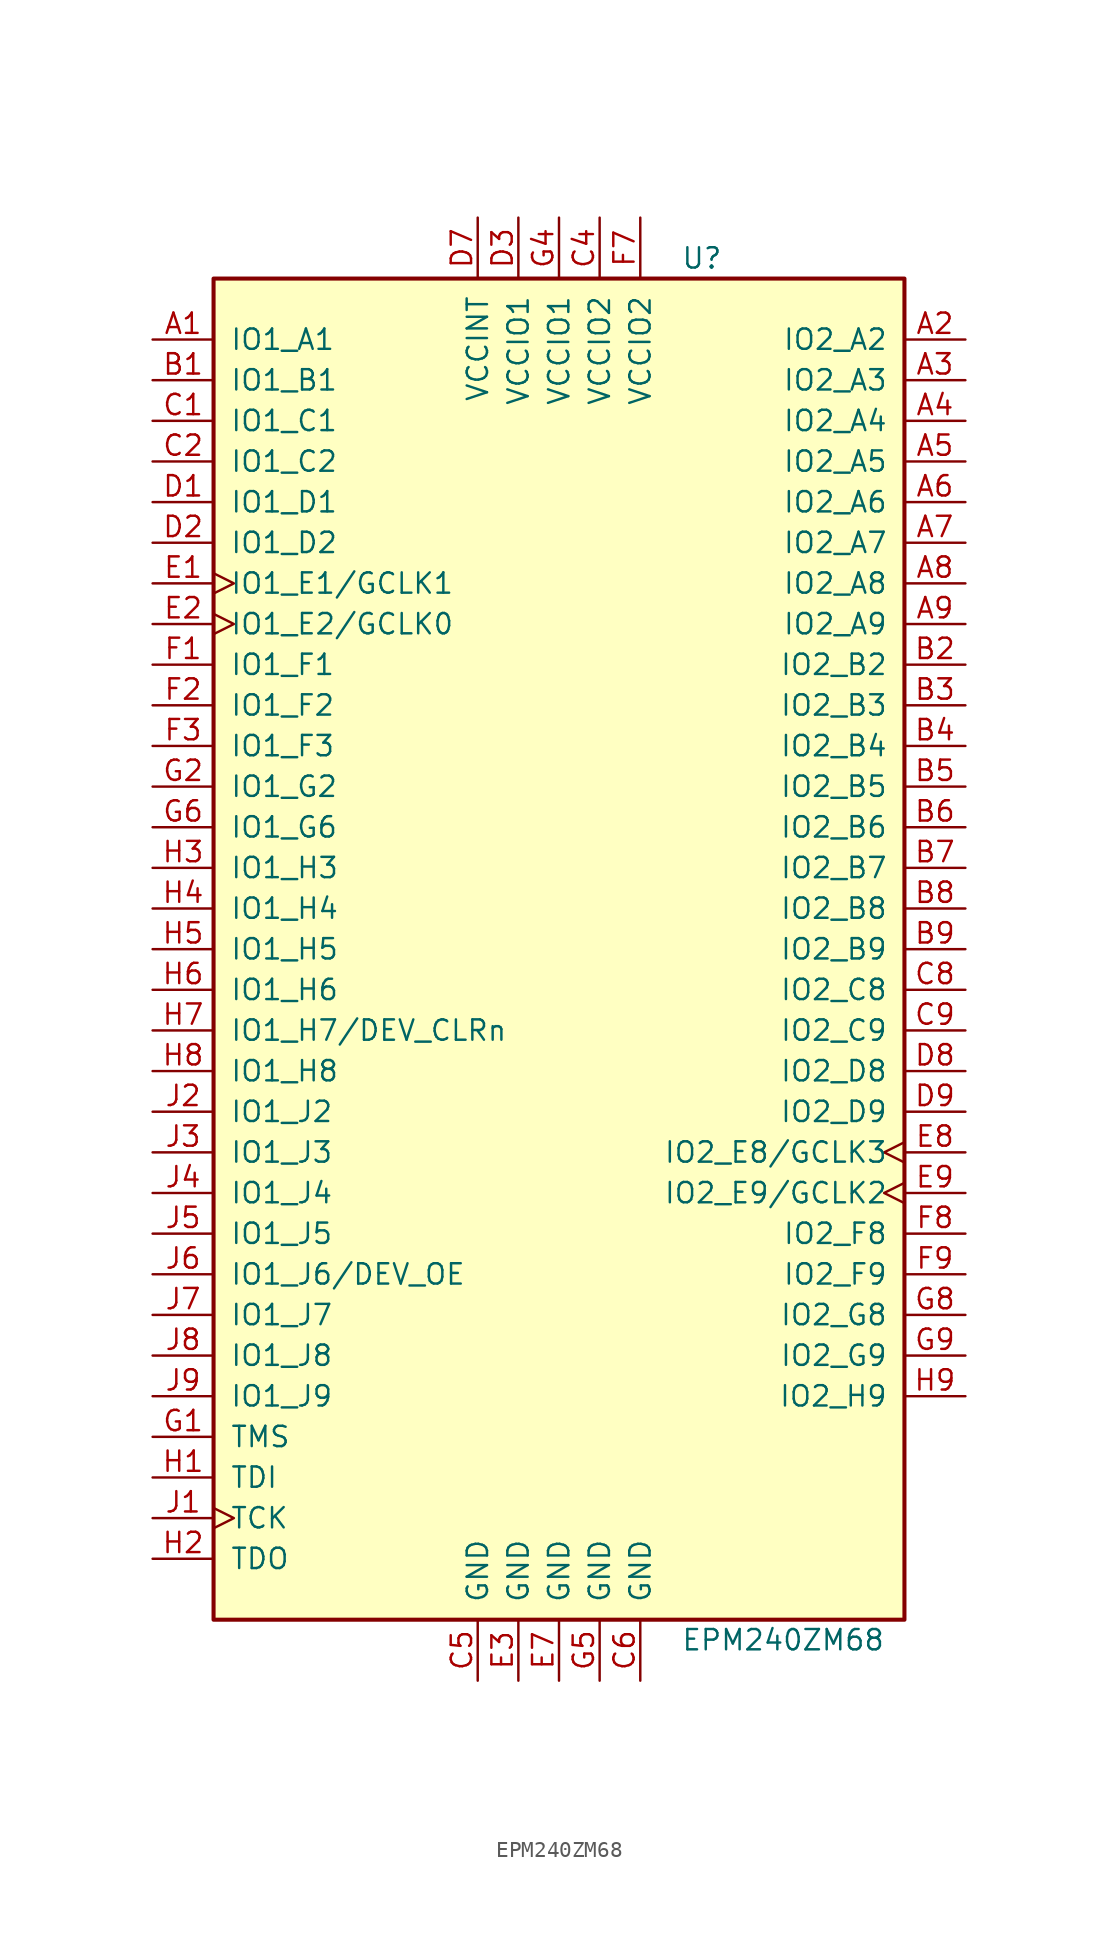
<source format=kicad_sym>
(kicad_symbol_lib
  (version 20241209)
  (generator "kicad_symbol_editor")
  (generator_version "9.0")
  (symbol "EPM240ZM68"
    (pin_names
      (offset 1.016))
    (property "Reference" "U"
      (at 7.62 43.18 0)
      (effects (font (size 1.27 1.27)) (justify left)))
    (property "Value" "EPM240ZM68"
      (at 7.62 -43.18 0)
      (effects (font (size 1.27 1.27)) (justify left)))
    (property "ki_locked" ""
      (at 0 0 0)
      (effects (font (size 1.27 1.27))))
    (symbol "EPM240ZM68_1_1"
      (rectangle (start -21.59 41.91) (end 21.59 -41.91) (stroke (width 0.254) (type default)) (fill (type background)))
      (pin bidirectional line (at -25.4 38.1 0) (length 3.81) (name "IO1_A1" (effects (font (size 1.27 1.27)))) (number "A1" (effects (font (size 1.27 1.27)))))
      (pin bidirectional line (at -25.4 35.56 0) (length 3.81) (name "IO1_B1" (effects (font (size 1.27 1.27)))) (number "B1" (effects (font (size 1.27 1.27)))))
      (pin bidirectional line (at -25.4 33.02 0) (length 3.81) (name "IO1_C1" (effects (font (size 1.27 1.27)))) (number "C1" (effects (font (size 1.27 1.27)))))
      (pin bidirectional line (at -25.4 30.48 0) (length 3.81) (name "IO1_C2" (effects (font (size 1.27 1.27)))) (number "C2" (effects (font (size 1.27 1.27)))))
      (pin bidirectional line (at -25.4 27.94 0) (length 3.81) (name "IO1_D1" (effects (font (size 1.27 1.27)))) (number "D1" (effects (font (size 1.27 1.27)))))
      (pin bidirectional line (at -25.4 25.4 0) (length 3.81) (name "IO1_D2" (effects (font (size 1.27 1.27)))) (number "D2" (effects (font (size 1.27 1.27)))))
      (pin bidirectional clock (at -25.4 22.86 0) (length 3.81) (name "IO1_E1/GCLK1" (effects (font (size 1.27 1.27)))) (number "E1" (effects (font (size 1.27 1.27)))))
      (pin bidirectional clock (at -25.4 20.32 0) (length 3.81) (name "IO1_E2/GCLK0" (effects (font (size 1.27 1.27)))) (number "E2" (effects (font (size 1.27 1.27)))))
      (pin bidirectional line (at -25.4 17.78 0) (length 3.81) (name "IO1_F1" (effects (font (size 1.27 1.27)))) (number "F1" (effects (font (size 1.27 1.27)))))
      (pin bidirectional line (at -25.4 15.24 0) (length 3.81) (name "IO1_F2" (effects (font (size 1.27 1.27)))) (number "F2" (effects (font (size 1.27 1.27)))))
      (pin bidirectional line (at -25.4 12.7 0) (length 3.81) (name "IO1_F3" (effects (font (size 1.27 1.27)))) (number "F3" (effects (font (size 1.27 1.27)))))
      (pin bidirectional line (at -25.4 10.16 0) (length 3.81) (name "IO1_G2" (effects (font (size 1.27 1.27)))) (number "G2" (effects (font (size 1.27 1.27)))))
      (pin bidirectional line (at -25.4 7.62 0) (length 3.81) (name "IO1_G6" (effects (font (size 1.27 1.27)))) (number "G6" (effects (font (size 1.27 1.27)))))
      (pin bidirectional line (at -25.4 5.08 0) (length 3.81) (name "IO1_H3" (effects (font (size 1.27 1.27)))) (number "H3" (effects (font (size 1.27 1.27)))))
      (pin bidirectional line (at -25.4 2.54 0) (length 3.81) (name "IO1_H4" (effects (font (size 1.27 1.27)))) (number "H4" (effects (font (size 1.27 1.27)))))
      (pin bidirectional line (at -25.4 0 0) (length 3.81) (name "IO1_H5" (effects (font (size 1.27 1.27)))) (number "H5" (effects (font (size 1.27 1.27)))))
      (pin bidirectional line (at -25.4 -2.54 0) (length 3.81) (name "IO1_H6" (effects (font (size 1.27 1.27)))) (number "H6" (effects (font (size 1.27 1.27)))))
      (pin bidirectional line (at -25.4 -5.08 0) (length 3.81) (name "IO1_H7/DEV_CLRn" (effects (font (size 1.27 1.27)))) (number "H7" (effects (font (size 1.27 1.27)))))
      (pin bidirectional line (at -25.4 -7.62 0) (length 3.81) (name "IO1_H8" (effects (font (size 1.27 1.27)))) (number "H8" (effects (font (size 1.27 1.27)))))
      (pin bidirectional line (at -25.4 -10.16 0) (length 3.81) (name "IO1_J2" (effects (font (size 1.27 1.27)))) (number "J2" (effects (font (size 1.27 1.27)))))
      (pin bidirectional line (at -25.4 -12.7 0) (length 3.81) (name "IO1_J3" (effects (font (size 1.27 1.27)))) (number "J3" (effects (font (size 1.27 1.27)))))
      (pin bidirectional line (at -25.4 -15.24 0) (length 3.81) (name "IO1_J4" (effects (font (size 1.27 1.27)))) (number "J4" (effects (font (size 1.27 1.27)))))
      (pin bidirectional line (at -25.4 -17.78 0) (length 3.81) (name "IO1_J5" (effects (font (size 1.27 1.27)))) (number "J5" (effects (font (size 1.27 1.27)))))
      (pin bidirectional line (at -25.4 -20.32 0) (length 3.81) (name "IO1_J6/DEV_OE" (effects (font (size 1.27 1.27)))) (number "J6" (effects (font (size 1.27 1.27)))))
      (pin bidirectional line (at -25.4 -22.86 0) (length 3.81) (name "IO1_J7" (effects (font (size 1.27 1.27)))) (number "J7" (effects (font (size 1.27 1.27)))))
      (pin bidirectional line (at -25.4 -25.4 0) (length 3.81) (name "IO1_J8" (effects (font (size 1.27 1.27)))) (number "J8" (effects (font (size 1.27 1.27)))))
      (pin bidirectional line (at -25.4 -27.94 0) (length 3.81) (name "IO1_J9" (effects (font (size 1.27 1.27)))) (number "J9" (effects (font (size 1.27 1.27)))))
      (pin input line (at -25.4 -30.48 0) (length 3.81) (name "TMS" (effects (font (size 1.27 1.27)))) (number "G1" (effects (font (size 1.27 1.27)))))
      (pin input line (at -25.4 -33.02 0) (length 3.81) (name "TDI" (effects (font (size 1.27 1.27)))) (number "H1" (effects (font (size 1.27 1.27)))))
      (pin input clock (at -25.4 -35.56 0) (length 3.81) (name "TCK" (effects (font (size 1.27 1.27)))) (number "J1" (effects (font (size 1.27 1.27)))))
      (pin output line (at -25.4 -38.1 0) (length 3.81) (name "TDO" (effects (font (size 1.27 1.27)))) (number "H2" (effects (font (size 1.27 1.27)))))
      (pin power_in line (at -5.08 45.72 270) (length 3.81) (name "VCCINT" (effects (font (size 1.27 1.27)))) (number "D7" (effects (font (size 1.27 1.27)))))
      (pin power_in line (at -5.08 -45.72 90) (length 3.81) (name "GND" (effects (font (size 1.27 1.27)))) (number "C5" (effects (font (size 1.27 1.27)))))
      (pin power_in line (at -2.54 45.72 270) (length 3.81) (name "VCCIO1" (effects (font (size 1.27 1.27)))) (number "D3" (effects (font (size 1.27 1.27)))))
      (pin power_in line (at -2.54 -45.72 90) (length 3.81) (name "GND" (effects (font (size 1.27 1.27)))) (number "E3" (effects (font (size 1.27 1.27)))))
      (pin power_in line (at 0 45.72 270) (length 3.81) (name "VCCIO1" (effects (font (size 1.27 1.27)))) (number "G4" (effects (font (size 1.27 1.27)))))
      (pin power_in line (at 0 -45.72 90) (length 3.81) (name "GND" (effects (font (size 1.27 1.27)))) (number "E7" (effects (font (size 1.27 1.27)))))
      (pin power_in line (at 2.54 45.72 270) (length 3.81) (name "VCCIO2" (effects (font (size 1.27 1.27)))) (number "C4" (effects (font (size 1.27 1.27)))))
      (pin power_in line (at 2.54 -45.72 90) (length 3.81) (name "GND" (effects (font (size 1.27 1.27)))) (number "G5" (effects (font (size 1.27 1.27)))))
      (pin power_in line (at 5.08 45.72 270) (length 3.81) (name "VCCIO2" (effects (font (size 1.27 1.27)))) (number "F7" (effects (font (size 1.27 1.27)))))
      (pin power_in line (at 5.08 -45.72 90) (length 3.81) (name "GND" (effects (font (size 1.27 1.27)))) (number "C6" (effects (font (size 1.27 1.27)))))
      (pin bidirectional line (at 25.4 38.1 180) (length 3.81) (name "IO2_A2" (effects (font (size 1.27 1.27)))) (number "A2" (effects (font (size 1.27 1.27)))))
      (pin bidirectional line (at 25.4 35.56 180) (length 3.81) (name "IO2_A3" (effects (font (size 1.27 1.27)))) (number "A3" (effects (font (size 1.27 1.27)))))
      (pin bidirectional line (at 25.4 33.02 180) (length 3.81) (name "IO2_A4" (effects (font (size 1.27 1.27)))) (number "A4" (effects (font (size 1.27 1.27)))))
      (pin bidirectional line (at 25.4 30.48 180) (length 3.81) (name "IO2_A5" (effects (font (size 1.27 1.27)))) (number "A5" (effects (font (size 1.27 1.27)))))
      (pin bidirectional line (at 25.4 27.94 180) (length 3.81) (name "IO2_A6" (effects (font (size 1.27 1.27)))) (number "A6" (effects (font (size 1.27 1.27)))))
      (pin bidirectional line (at 25.4 25.4 180) (length 3.81) (name "IO2_A7" (effects (font (size 1.27 1.27)))) (number "A7" (effects (font (size 1.27 1.27)))))
      (pin bidirectional line (at 25.4 22.86 180) (length 3.81) (name "IO2_A8" (effects (font (size 1.27 1.27)))) (number "A8" (effects (font (size 1.27 1.27)))))
      (pin bidirectional line (at 25.4 20.32 180) (length 3.81) (name "IO2_A9" (effects (font (size 1.27 1.27)))) (number "A9" (effects (font (size 1.27 1.27)))))
      (pin bidirectional line (at 25.4 17.78 180) (length 3.81) (name "IO2_B2" (effects (font (size 1.27 1.27)))) (number "B2" (effects (font (size 1.27 1.27)))))
      (pin bidirectional line (at 25.4 15.24 180) (length 3.81) (name "IO2_B3" (effects (font (size 1.27 1.27)))) (number "B3" (effects (font (size 1.27 1.27)))))
      (pin bidirectional line (at 25.4 12.7 180) (length 3.81) (name "IO2_B4" (effects (font (size 1.27 1.27)))) (number "B4" (effects (font (size 1.27 1.27)))))
      (pin bidirectional line (at 25.4 10.16 180) (length 3.81) (name "IO2_B5" (effects (font (size 1.27 1.27)))) (number "B5" (effects (font (size 1.27 1.27)))))
      (pin bidirectional line (at 25.4 7.62 180) (length 3.81) (name "IO2_B6" (effects (font (size 1.27 1.27)))) (number "B6" (effects (font (size 1.27 1.27)))))
      (pin bidirectional line (at 25.4 5.08 180) (length 3.81) (name "IO2_B7" (effects (font (size 1.27 1.27)))) (number "B7" (effects (font (size 1.27 1.27)))))
      (pin bidirectional line (at 25.4 2.54 180) (length 3.81) (name "IO2_B8" (effects (font (size 1.27 1.27)))) (number "B8" (effects (font (size 1.27 1.27)))))
      (pin bidirectional line (at 25.4 0 180) (length 3.81) (name "IO2_B9" (effects (font (size 1.27 1.27)))) (number "B9" (effects (font (size 1.27 1.27)))))
      (pin bidirectional line (at 25.4 -2.54 180) (length 3.81) (name "IO2_C8" (effects (font (size 1.27 1.27)))) (number "C8" (effects (font (size 1.27 1.27)))))
      (pin bidirectional line (at 25.4 -5.08 180) (length 3.81) (name "IO2_C9" (effects (font (size 1.27 1.27)))) (number "C9" (effects (font (size 1.27 1.27)))))
      (pin bidirectional line (at 25.4 -7.62 180) (length 3.81) (name "IO2_D8" (effects (font (size 1.27 1.27)))) (number "D8" (effects (font (size 1.27 1.27)))))
      (pin bidirectional line (at 25.4 -10.16 180) (length 3.81) (name "IO2_D9" (effects (font (size 1.27 1.27)))) (number "D9" (effects (font (size 1.27 1.27)))))
      (pin bidirectional clock (at 25.4 -12.7 180) (length 3.81) (name "IO2_E8/GCLK3" (effects (font (size 1.27 1.27)))) (number "E8" (effects (font (size 1.27 1.27)))))
      (pin bidirectional clock (at 25.4 -15.24 180) (length 3.81) (name "IO2_E9/GCLK2" (effects (font (size 1.27 1.27)))) (number "E9" (effects (font (size 1.27 1.27)))))
      (pin bidirectional line (at 25.4 -17.78 180) (length 3.81) (name "IO2_F8" (effects (font (size 1.27 1.27)))) (number "F8" (effects (font (size 1.27 1.27)))))
      (pin bidirectional line (at 25.4 -20.32 180) (length 3.81) (name "IO2_F9" (effects (font (size 1.27 1.27)))) (number "F9" (effects (font (size 1.27 1.27)))))
      (pin bidirectional line (at 25.4 -22.86 180) (length 3.81) (name "IO2_G8" (effects (font (size 1.27 1.27)))) (number "G8" (effects (font (size 1.27 1.27)))))
      (pin bidirectional line (at 25.4 -25.4 180) (length 3.81) (name "IO2_G9" (effects (font (size 1.27 1.27)))) (number "G9" (effects (font (size 1.27 1.27)))))
      (pin bidirectional line (at 25.4 -27.94 180) (length 3.81) (name "IO2_H9" (effects (font (size 1.27 1.27)))) (number "H9" (effects (font (size 1.27 1.27))))))))
</source>
